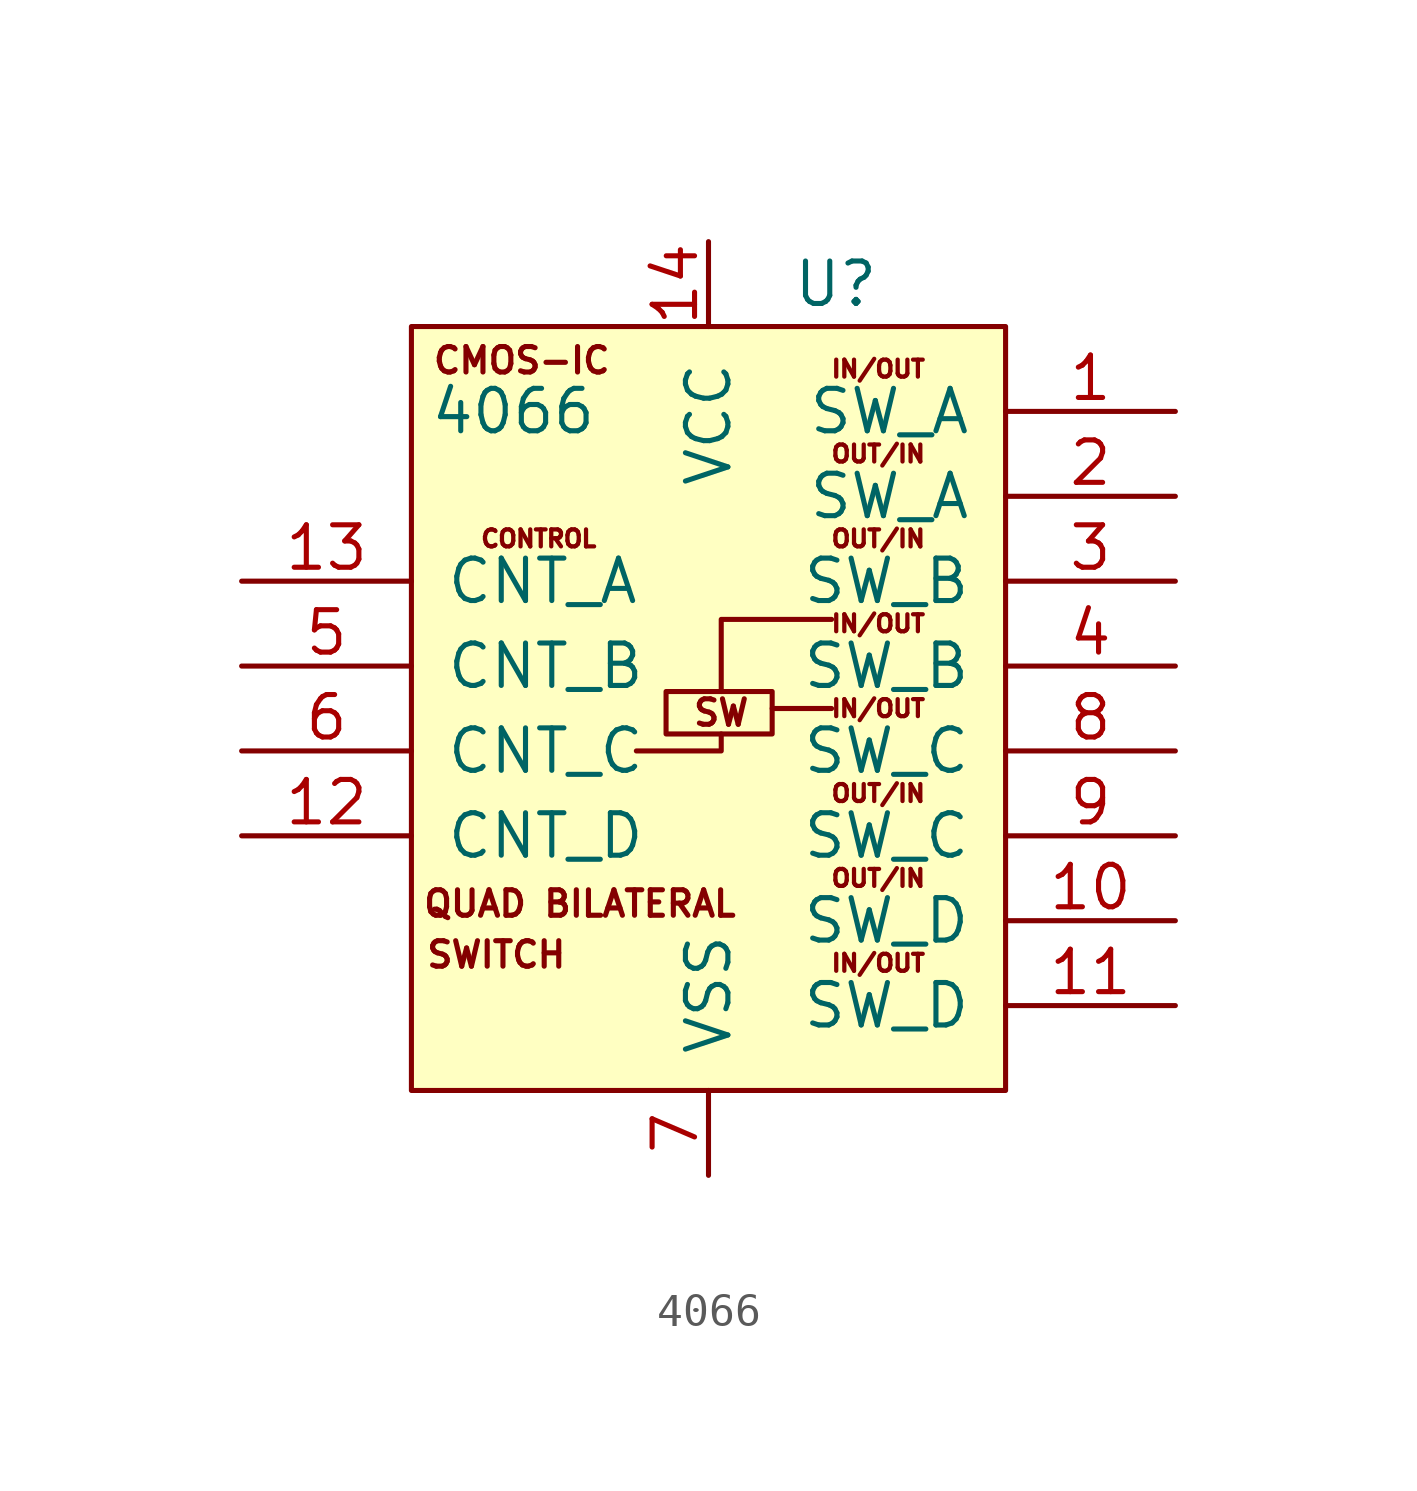
<source format=kicad_sym>
(kicad_symbol_lib
  (version 20211014)
  (generator kicad_symbol_editor)
  (symbol "4066"
    (pin_names
      (offset 1.016))
    (property "Reference" "U"
      (at 3.81 12.7 0)
      (effects (font (size 1.27 1.27))))
    (property "Value" "4066"
      (at -5.842 8.89 0)
      (effects (font (size 1.27 1.27))))
    (symbol "4066_0_0"
      (rectangle (start -8.89 11.43) (end 8.89 -11.43) (stroke (width 0.152) (type default) (color 0 0 0 0)) (fill (type background)))
      (rectangle (start -1.27 0.508) (end 1.905 -0.762) (stroke (width 0.152) (type default) (color 0 0 0 0)) (fill (type none)))
      (polyline (pts (xy 1.905 0) (xy 3.429 0)) (stroke (width 0.152) (type default) (color 0 0 0 0)) (fill (type none)))
      (polyline (pts (xy 3.429 0) (xy 3.556 0)) (stroke (width 0.152) (type default) (color 0 0 0 0)) (fill (type none)))
      (polyline (pts (xy 3.556 0) (xy 3.683 0)) (stroke (width 0.152) (type default) (color 0 0 0 0)) (fill (type none)))
      (polyline (pts (xy 0.381 -0.762) (xy 0.381 -1.27) (xy -2.159 -1.27)) (stroke (width 0.152) (type default) (color 0 0 0 0)) (fill (type none)))
      (polyline (pts (xy 3.683 2.667) (xy 0.381 2.667) (xy 0.381 0.508)) (stroke (width 0.152) (type default) (color 0 0 0 0)) (fill (type none)))
      (text "CMOS-IC" (at -5.588 10.414 0) (effects (font (size 0.762 0.762))))
      (text "CONTROL" (at -5.08 5.08 0) (effects (font (size 0.508 0.508))))
      (text "IN/OUT" (at 5.08 -7.62 0) (effects (font (size 0.508 0.508))))
      (text "IN/OUT" (at 5.08 0 0) (effects (font (size 0.508 0.508))))
      (text "IN/OUT" (at 5.08 2.54 0) (effects (font (size 0.508 0.508))))
      (text "IN/OUT" (at 5.08 10.16 0) (effects (font (size 0.508 0.508))))
      (text "OUT/IN" (at 5.08 -5.08 0) (effects (font (size 0.508 0.508))))
      (text "OUT/IN" (at 5.08 -2.54 0) (effects (font (size 0.508 0.508))))
      (text "OUT/IN" (at 5.08 5.08 0) (effects (font (size 0.508 0.508))))
      (text "OUT/IN" (at 5.08 7.62 0) (effects (font (size 0.508 0.508))))
      (text "QUAD BILATERAL " (at -3.556 -5.842 0) (effects (font (size 0.762 0.762))))
      (text "SW" (at 0.381 -0.127 0) (effects (font (size 0.762 0.762))))
      (text "SWITCH" (at -6.35 -7.366 0) (effects (font (size 0.762 0.762))))
      (pin bidirectional line (at 13.97 8.89 180) (length 5.08) (name "SW_A" (effects (font (size 1.27 1.27)))) (number "1" (effects (font (size 1.27 1.27)))))
      (pin bidirectional line (at 13.97 -6.35 180) (length 5.08) (name "SW_D" (effects (font (size 1.27 1.27)))) (number "10" (effects (font (size 1.27 1.27)))))
      (pin bidirectional line (at 13.97 -8.89 180) (length 5.08) (name "SW_D" (effects (font (size 1.27 1.27)))) (number "11" (effects (font (size 1.27 1.27)))))
      (pin input line (at -13.97 -3.81 0) (length 5.08) (name "CNT_D" (effects (font (size 1.27 1.27)))) (number "12" (effects (font (size 1.27 1.27)))))
      (pin input line (at -13.97 3.81 0) (length 5.08) (name "CNT_A" (effects (font (size 1.27 1.27)))) (number "13" (effects (font (size 1.27 1.27)))))
      (pin power_in line (at 0 13.97 270) (length 2.54) (name "VCC" (effects (font (size 1.27 1.27)))) (number "14" (effects (font (size 1.27 1.27)))))
      (pin bidirectional line (at 13.97 6.35 180) (length 5.08) (name "SW_A" (effects (font (size 1.27 1.27)))) (number "2" (effects (font (size 1.27 1.27)))))
      (pin bidirectional line (at 13.97 3.81 180) (length 5.08) (name "SW_B" (effects (font (size 1.27 1.27)))) (number "3" (effects (font (size 1.27 1.27)))))
      (pin bidirectional line (at 13.97 1.27 180) (length 5.08) (name "SW_B" (effects (font (size 1.27 1.27)))) (number "4" (effects (font (size 1.27 1.27)))))
      (pin input line (at -13.97 1.27 0) (length 5.08) (name "CNT_B" (effects (font (size 1.27 1.27)))) (number "5" (effects (font (size 1.27 1.27)))))
      (pin input line (at -13.97 -1.27 0) (length 5.08) (name "CNT_C" (effects (font (size 1.27 1.27)))) (number "6" (effects (font (size 1.27 1.27)))))
      (pin power_in line (at 0 -13.97 90) (length 2.54) (name "VSS" (effects (font (size 1.27 1.27)))) (number "7" (effects (font (size 1.27 1.27)))))
      (pin bidirectional line (at 13.97 -1.27 180) (length 5.08) (name "SW_C" (effects (font (size 1.27 1.27)))) (number "8" (effects (font (size 1.27 1.27)))))
      (pin bidirectional line (at 13.97 -3.81 180) (length 5.08) (name "SW_C" (effects (font (size 1.27 1.27)))) (number "9" (effects (font (size 1.27 1.27))))))))
</source>
